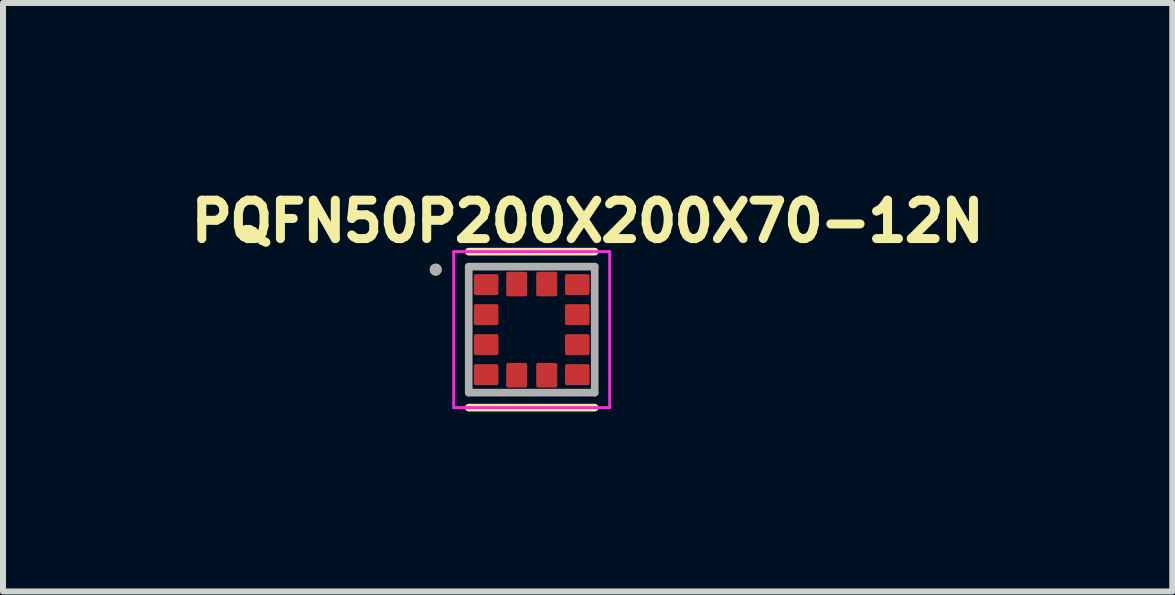
<source format=kicad_pcb>
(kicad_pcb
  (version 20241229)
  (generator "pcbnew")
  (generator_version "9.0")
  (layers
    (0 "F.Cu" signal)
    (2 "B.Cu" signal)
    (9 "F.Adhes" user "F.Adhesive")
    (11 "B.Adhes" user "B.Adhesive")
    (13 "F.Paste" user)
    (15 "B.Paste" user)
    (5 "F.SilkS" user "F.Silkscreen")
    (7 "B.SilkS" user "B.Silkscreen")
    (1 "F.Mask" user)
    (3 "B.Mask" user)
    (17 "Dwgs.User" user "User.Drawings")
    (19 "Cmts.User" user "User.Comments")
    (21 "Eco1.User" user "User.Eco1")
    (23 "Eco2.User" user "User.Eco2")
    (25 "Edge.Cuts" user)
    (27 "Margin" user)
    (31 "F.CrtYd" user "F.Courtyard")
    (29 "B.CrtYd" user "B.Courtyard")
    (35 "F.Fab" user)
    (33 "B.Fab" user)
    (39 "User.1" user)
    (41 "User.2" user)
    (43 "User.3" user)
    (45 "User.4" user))
  (footprint "PQFN50P200X200X70-12N"
    (layer "F.Cu")
    (at 5.812 2.444)
    (property "Reference" "PQFN50P200X200X70-12N" (at 0.932 -1.806 0) (layer "F.SilkS") (effects (font (size 0.64 0.64) (thickness 0.15))))
    (attr through_hole)
    (fp_line (start -1.05 -1.3) (end 1.05 -1.3) (stroke (width 0.127) (type solid)) (layer "F.SilkS"))
    (fp_line (start 1.05 1.3) (end -1.05 1.3) (stroke (width 0.127) (type solid)) (layer "F.SilkS"))
    (fp_circle (center -1.6 -1) (end -1.55 -1) (stroke (width 0.1) (type solid)) (fill no) (layer "F.SilkS"))
    (fp_line (start -1.3 -1.3) (end -1.3 1.3) (stroke (width 0.05) (type solid)) (layer "F.CrtYd"))
    (fp_line (start -1.3 1.3) (end 1.3 1.3) (stroke (width 0.05) (type solid)) (layer "F.CrtYd"))
    (fp_line (start 1.3 -1.3) (end -1.3 -1.3) (stroke (width 0.05) (type solid)) (layer "F.CrtYd"))
    (fp_line (start 1.3 1.3) (end 1.3 -1.3) (stroke (width 0.05) (type solid)) (layer "F.CrtYd"))
    (fp_line (start -1.05 -1.05) (end 1.05 -1.05) (stroke (width 0.127) (type solid)) (layer "F.Fab"))
    (fp_line (start -1.05 1.05) (end -1.05 -1.05) (stroke (width 0.127) (type solid)) (layer "F.Fab"))
    (fp_line (start 1.05 -1.05) (end 1.05 1.05) (stroke (width 0.127) (type solid)) (layer "F.Fab"))
    (fp_line (start 1.05 1.05) (end -1.05 1.05) (stroke (width 0.127) (type solid)) (layer "F.Fab"))
    (fp_circle (center -1.6 -1) (end -1.55 -1) (stroke (width 0.1) (type solid)) (fill no) (layer "F.Fab"))
    (pad "1" smd roundrect (at -0.76 -0.75) (size 0.41 0.35) (layers "F.Cu" "F.Mask" "F.Paste") (roundrect_rratio 0.09))
    (pad "2" smd roundrect (at -0.76 -0.25) (size 0.41 0.35) (layers "F.Cu" "F.Mask" "F.Paste") (roundrect_rratio 0.09))
    (pad "3" smd roundrect (at -0.76 0.25) (size 0.41 0.35) (layers "F.Cu" "F.Mask" "F.Paste") (roundrect_rratio 0.09))
    (pad "4" smd roundrect (at -0.76 0.75) (size 0.41 0.35) (layers "F.Cu" "F.Mask" "F.Paste") (roundrect_rratio 0.09))
    (pad "5" smd roundrect (at -0.25 0.76 90) (size 0.41 0.35) (layers "F.Cu" "F.Mask" "F.Paste") (roundrect_rratio 0.09))
    (pad "6" smd roundrect (at 0.25 0.76 90) (size 0.41 0.35) (layers "F.Cu" "F.Mask" "F.Paste") (roundrect_rratio 0.09))
    (pad "7" smd roundrect (at 0.76 0.75) (size 0.41 0.35) (layers "F.Cu" "F.Mask" "F.Paste") (roundrect_rratio 0.09))
    (pad "8" smd roundrect (at 0.76 0.25) (size 0.41 0.35) (layers "F.Cu" "F.Mask" "F.Paste") (roundrect_rratio 0.09))
    (pad "9" smd roundrect (at 0.76 -0.25) (size 0.41 0.35) (layers "F.Cu" "F.Mask" "F.Paste") (roundrect_rratio 0.09))
    (pad "10" smd roundrect (at 0.76 -0.75) (size 0.41 0.35) (layers "F.Cu" "F.Mask" "F.Paste") (roundrect_rratio 0.09))
    (pad "11" smd roundrect (at 0.25 -0.76 90) (size 0.41 0.35) (layers "F.Cu" "F.Mask" "F.Paste") (roundrect_rratio 0.09))
    (pad "12" smd roundrect (at -0.25 -0.76 90) (size 0.41 0.35) (layers "F.Cu" "F.Mask" "F.Paste") (roundrect_rratio 0.09)))
  (gr_rect
    (start -3 -3)
    (end 16.488 6.808)
    (stroke (width 0.1) (type default))
    (fill no)
    (layer "Edge.Cuts")))
</source>
